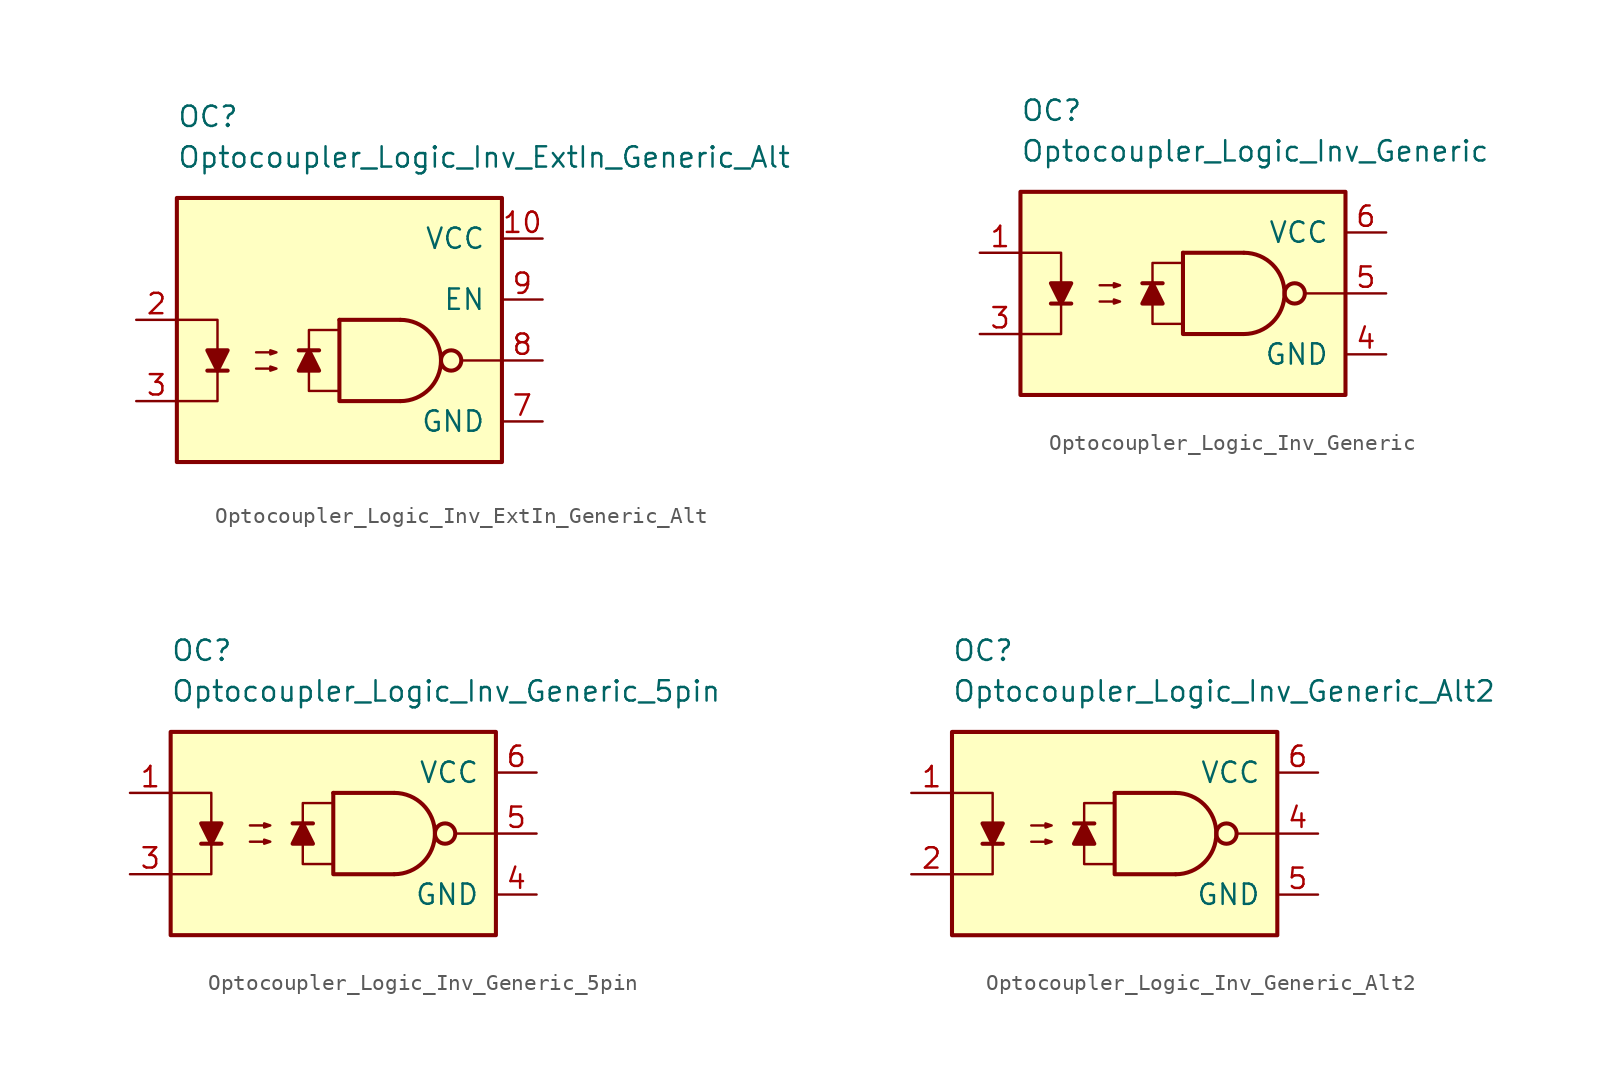
<source format=kicad_sym>
(kicad_symbol_lib
  (version 20231120)
  (generator "kicad_symbol_editor")
  (generator_version "8.0")
  (symbol "Optocoupler_Logic_Inv_ExtIn_Generic_Alt"
    (pin_names
      (offset 1.016))
    (property "Reference" "OC"
      (at -10.16 15.24 0)
      (effects (font (size 1.27 1.27)) (justify left)))
    (property "Value" "Optocoupler_Logic_Inv_ExtIn_Generic_Alt"
      (at -10.16 12.7 0)
      (effects (font (size 1.27 1.27)) (justify left)))
    (symbol "Optocoupler_Logic_Inv_ExtIn_Generic_Alt_0_0"
      (rectangle (start -10.16 10.16) (end 10.16 -6.35) (stroke (width 0.254) (type default)) (fill (type background)))
      (polyline (pts (xy 10.16 0) (xy 7.62 0)) (stroke (width 0) (type default)) (fill (type none))))
    (symbol "Optocoupler_Logic_Inv_ExtIn_Generic_Alt_0_1"
      (polyline (pts (xy -8.255 -0.635) (xy -6.985 -0.635)) (stroke (width 0.254) (type default)) (fill (type none)))
      (polyline (pts (xy 0 2.54) (xy 3.81 2.54)) (stroke (width 0.254) (type default)) (fill (type none)))
      (polyline (pts (xy -10.16 2.54) (xy -7.62 2.54) (xy -7.62 -0.635)) (stroke (width 0) (type default)) (fill (type none)))
      (polyline (pts (xy -7.62 -0.635) (xy -7.62 -2.54) (xy -10.16 -2.54)) (stroke (width 0) (type default)) (fill (type none)))
      (polyline (pts (xy 0 2.54) (xy 0 -2.54) (xy 3.81 -2.54)) (stroke (width 0.254) (type default)) (fill (type none)))
      (polyline (pts (xy -7.62 -0.635) (xy -8.255 0.635) (xy -6.985 0.635) (xy -7.62 -0.635)) (stroke (width 0.254) (type default)) (fill (type outline)))
      (polyline (pts (xy -5.207 -0.508) (xy -3.937 -0.508) (xy -4.318 -0.635) (xy -4.318 -0.381) (xy -3.937 -0.508)) (stroke (width 0) (type default)) (fill (type none)))
      (polyline (pts (xy -5.207 0.508) (xy -3.937 0.508) (xy -4.318 0.381) (xy -4.318 0.635) (xy -3.937 0.508)) (stroke (width 0) (type default)) (fill (type none)))
      (arc (start 3.81 -2.54) (mid 6.339 0) (end 3.81 2.54) (stroke (width 0.254) (type default)) (fill (type none)))
      (circle (center 6.985 0) (radius 0.635) (stroke (width 0.254) (type default)) (fill (type none))))
    (symbol "Optocoupler_Logic_Inv_ExtIn_Generic_Alt_1_1"
      (polyline (pts (xy -1.27 0.635) (xy -2.54 0.635)) (stroke (width 0.254) (type default)) (fill (type none)))
      (polyline (pts (xy -1.905 0.635) (xy -1.27 -0.635) (xy -2.54 -0.635) (xy -1.905 0.635)) (stroke (width 0.254) (type default)) (fill (type outline)))
      (polyline (pts (xy 0 -1.905) (xy -1.905 -1.905) (xy -1.905 1.905) (xy 0 1.905)) (stroke (width 0.152) (type default)) (fill (type none)))
      (pin free line (at 0 6.35 0) (length 2.54) hide (name "NC" (effects (font (size 1.27 1.27)))) (number "1" (effects (font (size 1.27 1.27)))))
      (pin power_in line (at 12.7 7.62 180) (length 2.54) (name "VCC" (effects (font (size 1.27 1.27)))) (number "10" (effects (font (size 1.27 1.27)))))
      (pin passive line (at -12.7 2.54 0) (length 2.54) (name "~" (effects (font (size 1.27 1.27)))) (number "2" (effects (font (size 1.27 1.27)))))
      (pin passive line (at -12.7 -2.54 0) (length 2.54) (name "~" (effects (font (size 1.27 1.27)))) (number "3" (effects (font (size 1.27 1.27)))))
      (pin free line (at 0 3.81 0) (length 2.54) hide (name "NC" (effects (font (size 1.27 1.27)))) (number "4" (effects (font (size 1.27 1.27)))))
      (pin free line (at 0 1.27 0) (length 2.54) hide (name "NC" (effects (font (size 1.27 1.27)))) (number "5" (effects (font (size 1.27 1.27)))))
      (pin free line (at 0 -1.27 0) (length 2.54) hide (name "NC" (effects (font (size 1.27 1.27)))) (number "6" (effects (font (size 1.27 1.27)))))
      (pin power_in line (at 12.7 -3.81 180) (length 2.54) (name "GND" (effects (font (size 1.27 1.27)))) (number "7" (effects (font (size 1.27 1.27)))))
      (pin output line (at 12.7 0 180) (length 2.54) (name "~" (effects (font (size 1.27 1.27)))) (number "8" (effects (font (size 1.27 1.27)))))
      (pin input line (at 12.7 3.81 180) (length 2.54) (name "EN" (effects (font (size 1.27 1.27)))) (number "9" (effects (font (size 1.27 1.27)))))))
  (symbol "Optocoupler_Logic_Inv_Generic"
    (pin_names
      (offset 1.016))
    (property "Reference" "OC"
      (at -10.16 11.43 0)
      (effects (font (size 1.27 1.27)) (justify left)))
    (property "Value" "Optocoupler_Logic_Inv_Generic"
      (at -10.16 8.89 0)
      (effects (font (size 1.27 1.27)) (justify left)))
    (symbol "Optocoupler_Logic_Inv_Generic_0_0"
      (rectangle (start -10.16 6.35) (end 10.16 -6.35) (stroke (width 0.254) (type default)) (fill (type background)))
      (polyline (pts (xy 10.16 0) (xy 7.62 0)) (stroke (width 0) (type default)) (fill (type none))))
    (symbol "Optocoupler_Logic_Inv_Generic_0_1"
      (polyline (pts (xy -8.255 -0.635) (xy -6.985 -0.635)) (stroke (width 0.254) (type default)) (fill (type none)))
      (polyline (pts (xy 0 2.54) (xy 3.81 2.54)) (stroke (width 0.254) (type default)) (fill (type none)))
      (polyline (pts (xy -10.16 2.54) (xy -7.62 2.54) (xy -7.62 -0.635)) (stroke (width 0) (type default)) (fill (type none)))
      (polyline (pts (xy -7.62 -0.635) (xy -7.62 -2.54) (xy -10.16 -2.54)) (stroke (width 0) (type default)) (fill (type none)))
      (polyline (pts (xy 0 2.54) (xy 0 -2.54) (xy 3.81 -2.54)) (stroke (width 0.254) (type default)) (fill (type none)))
      (polyline (pts (xy -7.62 -0.635) (xy -8.255 0.635) (xy -6.985 0.635) (xy -7.62 -0.635)) (stroke (width 0.254) (type default)) (fill (type outline)))
      (polyline (pts (xy -5.207 -0.508) (xy -3.937 -0.508) (xy -4.318 -0.635) (xy -4.318 -0.381) (xy -3.937 -0.508)) (stroke (width 0) (type default)) (fill (type none)))
      (polyline (pts (xy -5.207 0.508) (xy -3.937 0.508) (xy -4.318 0.381) (xy -4.318 0.635) (xy -3.937 0.508)) (stroke (width 0) (type default)) (fill (type none)))
      (arc (start 3.81 -2.54) (mid 6.339 0) (end 3.81 2.54) (stroke (width 0.254) (type default)) (fill (type none)))
      (circle (center 6.985 0) (radius 0.635) (stroke (width 0.254) (type default)) (fill (type none))))
    (symbol "Optocoupler_Logic_Inv_Generic_1_1"
      (polyline (pts (xy -1.27 0.635) (xy -2.54 0.635)) (stroke (width 0.254) (type default)) (fill (type none)))
      (polyline (pts (xy -1.905 0.635) (xy -1.27 -0.635) (xy -2.54 -0.635) (xy -1.905 0.635)) (stroke (width 0.254) (type default)) (fill (type outline)))
      (polyline (pts (xy 0 -1.905) (xy -1.905 -1.905) (xy -1.905 1.905) (xy 0 1.905)) (stroke (width 0.152) (type default)) (fill (type none)))
      (pin passive line (at -12.7 2.54 0) (length 2.54) (name "~" (effects (font (size 1.27 1.27)))) (number "1" (effects (font (size 1.27 1.27)))))
      (pin free line (at 0 0 0) (length 2.54) hide (name "NC" (effects (font (size 1.27 1.27)))) (number "2" (effects (font (size 1.27 1.27)))))
      (pin passive line (at -12.7 -2.54 0) (length 2.54) (name "~" (effects (font (size 1.27 1.27)))) (number "3" (effects (font (size 1.27 1.27)))))
      (pin power_in line (at 12.7 -3.81 180) (length 2.54) (name "GND" (effects (font (size 1.27 1.27)))) (number "4" (effects (font (size 1.27 1.27)))))
      (pin output line (at 12.7 0 180) (length 2.54) (name "~" (effects (font (size 1.27 1.27)))) (number "5" (effects (font (size 1.27 1.27)))))
      (pin power_in line (at 12.7 3.81 180) (length 2.54) (name "VCC" (effects (font (size 1.27 1.27)))) (number "6" (effects (font (size 1.27 1.27)))))))
  (symbol "Optocoupler_Logic_Inv_Generic_5pin"
    (pin_names
      (offset 1.016))
    (property "Reference" "OC"
      (at -10.16 11.43 0)
      (effects (font (size 1.27 1.27)) (justify left)))
    (property "Value" "Optocoupler_Logic_Inv_Generic_5pin"
      (at -10.16 8.89 0)
      (effects (font (size 1.27 1.27)) (justify left)))
    (symbol "Optocoupler_Logic_Inv_Generic_5pin_0_0"
      (rectangle (start -10.16 6.35) (end 10.16 -6.35) (stroke (width 0.254) (type default)) (fill (type background)))
      (polyline (pts (xy 10.16 0) (xy 7.62 0)) (stroke (width 0) (type default)) (fill (type none))))
    (symbol "Optocoupler_Logic_Inv_Generic_5pin_0_1"
      (polyline (pts (xy -8.255 -0.635) (xy -6.985 -0.635)) (stroke (width 0.254) (type default)) (fill (type none)))
      (polyline (pts (xy 0 2.54) (xy 3.81 2.54)) (stroke (width 0.254) (type default)) (fill (type none)))
      (polyline (pts (xy -10.16 2.54) (xy -7.62 2.54) (xy -7.62 -0.635)) (stroke (width 0) (type default)) (fill (type none)))
      (polyline (pts (xy -7.62 -0.635) (xy -7.62 -2.54) (xy -10.16 -2.54)) (stroke (width 0) (type default)) (fill (type none)))
      (polyline (pts (xy 0 2.54) (xy 0 -2.54) (xy 3.81 -2.54)) (stroke (width 0.254) (type default)) (fill (type none)))
      (polyline (pts (xy -7.62 -0.635) (xy -8.255 0.635) (xy -6.985 0.635) (xy -7.62 -0.635)) (stroke (width 0.254) (type default)) (fill (type outline)))
      (polyline (pts (xy -5.207 -0.508) (xy -3.937 -0.508) (xy -4.318 -0.635) (xy -4.318 -0.381) (xy -3.937 -0.508)) (stroke (width 0) (type default)) (fill (type none)))
      (polyline (pts (xy -5.207 0.508) (xy -3.937 0.508) (xy -4.318 0.381) (xy -4.318 0.635) (xy -3.937 0.508)) (stroke (width 0) (type default)) (fill (type none)))
      (arc (start 3.81 -2.54) (mid 6.339 0) (end 3.81 2.54) (stroke (width 0.254) (type default)) (fill (type none)))
      (circle (center 6.985 0) (radius 0.635) (stroke (width 0.254) (type default)) (fill (type none))))
    (symbol "Optocoupler_Logic_Inv_Generic_5pin_1_1"
      (polyline (pts (xy -1.27 0.635) (xy -2.54 0.635)) (stroke (width 0.254) (type default)) (fill (type none)))
      (polyline (pts (xy -1.905 0.635) (xy -1.27 -0.635) (xy -2.54 -0.635) (xy -1.905 0.635)) (stroke (width 0.254) (type default)) (fill (type outline)))
      (polyline (pts (xy 0 -1.905) (xy -1.905 -1.905) (xy -1.905 1.905) (xy 0 1.905)) (stroke (width 0.152) (type default)) (fill (type none)))
      (pin passive line (at -12.7 2.54 0) (length 2.54) (name "~" (effects (font (size 1.27 1.27)))) (number "1" (effects (font (size 1.27 1.27)))))
      (pin passive line (at -12.7 -2.54 0) (length 2.54) (name "~" (effects (font (size 1.27 1.27)))) (number "3" (effects (font (size 1.27 1.27)))))
      (pin power_in line (at 12.7 -3.81 180) (length 2.54) (name "GND" (effects (font (size 1.27 1.27)))) (number "4" (effects (font (size 1.27 1.27)))))
      (pin output line (at 12.7 0 180) (length 2.54) (name "~" (effects (font (size 1.27 1.27)))) (number "5" (effects (font (size 1.27 1.27)))))
      (pin power_in line (at 12.7 3.81 180) (length 2.54) (name "VCC" (effects (font (size 1.27 1.27)))) (number "6" (effects (font (size 1.27 1.27)))))))
  (symbol "Optocoupler_Logic_Inv_Generic_Alt2"
    (pin_names
      (offset 1.016))
    (property "Reference" "OC"
      (at -10.16 11.43 0)
      (effects (font (size 1.27 1.27)) (justify left)))
    (property "Value" "Optocoupler_Logic_Inv_Generic_Alt2"
      (at -10.16 8.89 0)
      (effects (font (size 1.27 1.27)) (justify left)))
    (symbol "Optocoupler_Logic_Inv_Generic_Alt2_0_0"
      (rectangle (start -10.16 6.35) (end 10.16 -6.35) (stroke (width 0.254) (type default)) (fill (type background)))
      (polyline (pts (xy 10.16 0) (xy 7.62 0)) (stroke (width 0) (type default)) (fill (type none))))
    (symbol "Optocoupler_Logic_Inv_Generic_Alt2_0_1"
      (polyline (pts (xy -8.255 -0.635) (xy -6.985 -0.635)) (stroke (width 0.254) (type default)) (fill (type none)))
      (polyline (pts (xy 0 2.54) (xy 3.81 2.54)) (stroke (width 0.254) (type default)) (fill (type none)))
      (polyline (pts (xy -10.16 2.54) (xy -7.62 2.54) (xy -7.62 -0.635)) (stroke (width 0) (type default)) (fill (type none)))
      (polyline (pts (xy -7.62 -0.635) (xy -7.62 -2.54) (xy -10.16 -2.54)) (stroke (width 0) (type default)) (fill (type none)))
      (polyline (pts (xy 0 2.54) (xy 0 -2.54) (xy 3.81 -2.54)) (stroke (width 0.254) (type default)) (fill (type none)))
      (polyline (pts (xy -7.62 -0.635) (xy -8.255 0.635) (xy -6.985 0.635) (xy -7.62 -0.635)) (stroke (width 0.254) (type default)) (fill (type outline)))
      (polyline (pts (xy -5.207 -0.508) (xy -3.937 -0.508) (xy -4.318 -0.635) (xy -4.318 -0.381) (xy -3.937 -0.508)) (stroke (width 0) (type default)) (fill (type none)))
      (polyline (pts (xy -5.207 0.508) (xy -3.937 0.508) (xy -4.318 0.381) (xy -4.318 0.635) (xy -3.937 0.508)) (stroke (width 0) (type default)) (fill (type none)))
      (arc (start 3.81 -2.54) (mid 6.339 0) (end 3.81 2.54) (stroke (width 0.254) (type default)) (fill (type none)))
      (circle (center 6.985 0) (radius 0.635) (stroke (width 0.254) (type default)) (fill (type none))))
    (symbol "Optocoupler_Logic_Inv_Generic_Alt2_1_1"
      (polyline (pts (xy -1.27 0.635) (xy -2.54 0.635)) (stroke (width 0.254) (type default)) (fill (type none)))
      (polyline (pts (xy -1.905 0.635) (xy -1.27 -0.635) (xy -2.54 -0.635) (xy -1.905 0.635)) (stroke (width 0.254) (type default)) (fill (type outline)))
      (polyline (pts (xy 0 -1.905) (xy -1.905 -1.905) (xy -1.905 1.905) (xy 0 1.905)) (stroke (width 0.152) (type default)) (fill (type none)))
      (pin passive line (at -12.7 2.54 0) (length 2.54) (name "~" (effects (font (size 1.27 1.27)))) (number "1" (effects (font (size 1.27 1.27)))))
      (pin passive line (at -12.7 -2.54 0) (length 2.54) (name "~" (effects (font (size 1.27 1.27)))) (number "2" (effects (font (size 1.27 1.27)))))
      (pin free line (at 0 0 0) (length 2.54) hide (name "NC" (effects (font (size 1.27 1.27)))) (number "3" (effects (font (size 1.27 1.27)))))
      (pin output line (at 12.7 0 180) (length 2.54) (name "~" (effects (font (size 1.27 1.27)))) (number "4" (effects (font (size 1.27 1.27)))))
      (pin power_in line (at 12.7 -3.81 180) (length 2.54) (name "GND" (effects (font (size 1.27 1.27)))) (number "5" (effects (font (size 1.27 1.27)))))
      (pin power_in line (at 12.7 3.81 180) (length 2.54) (name "VCC" (effects (font (size 1.27 1.27)))) (number "6" (effects (font (size 1.27 1.27))))))))
</source>
